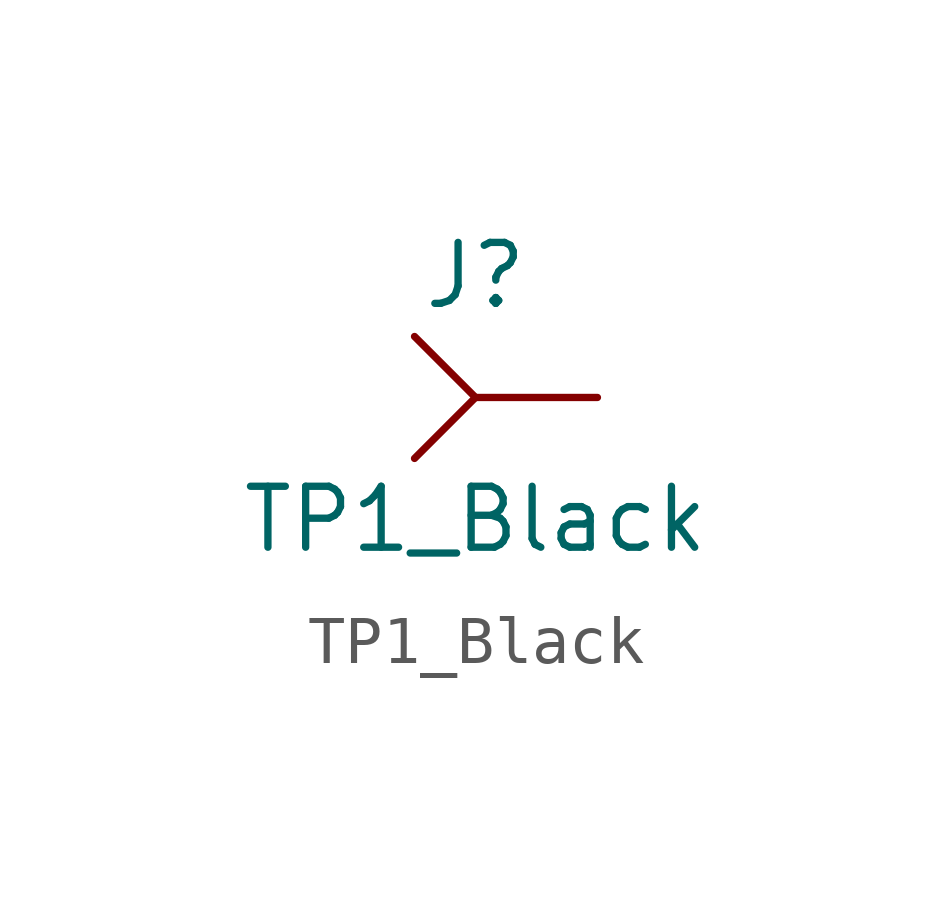
<source format=kicad_sym>
(kicad_symbol_lib
  (version 20211014)
  (generator kicad_symbol_editor)
  (symbol "TP1_Black"
    (pin_numbers hide)
    (pin_names hide)
    (property "Reference" "J"
      (at 0 2.54 0)
      (effects (font (size 1.27 1.27))))
    (property "Value" "TP1_Black"
      (at 0 -2.54 0)
      (effects (font (size 1.27 1.27))))
    (symbol "TP1_Black_0_1"
      (polyline (pts (xy 0 0) (xy -1.27 -1.27)) (stroke (width 0) (type default) (color 0 0 0 0)) (fill (type none)))
      (polyline (pts (xy 0 0) (xy -1.27 1.27) (xy 0 0)) (stroke (width 0) (type default) (color 0 0 0 0)) (fill (type none))))
    (symbol "TP1_Black_1_1"
      (pin input line (at 2.54 0 180) (length 2.54) (name "1" (effects (font (size 1.27 1.27)))) (number "1" (effects (font (size 1.27 1.27))))))))
</source>
